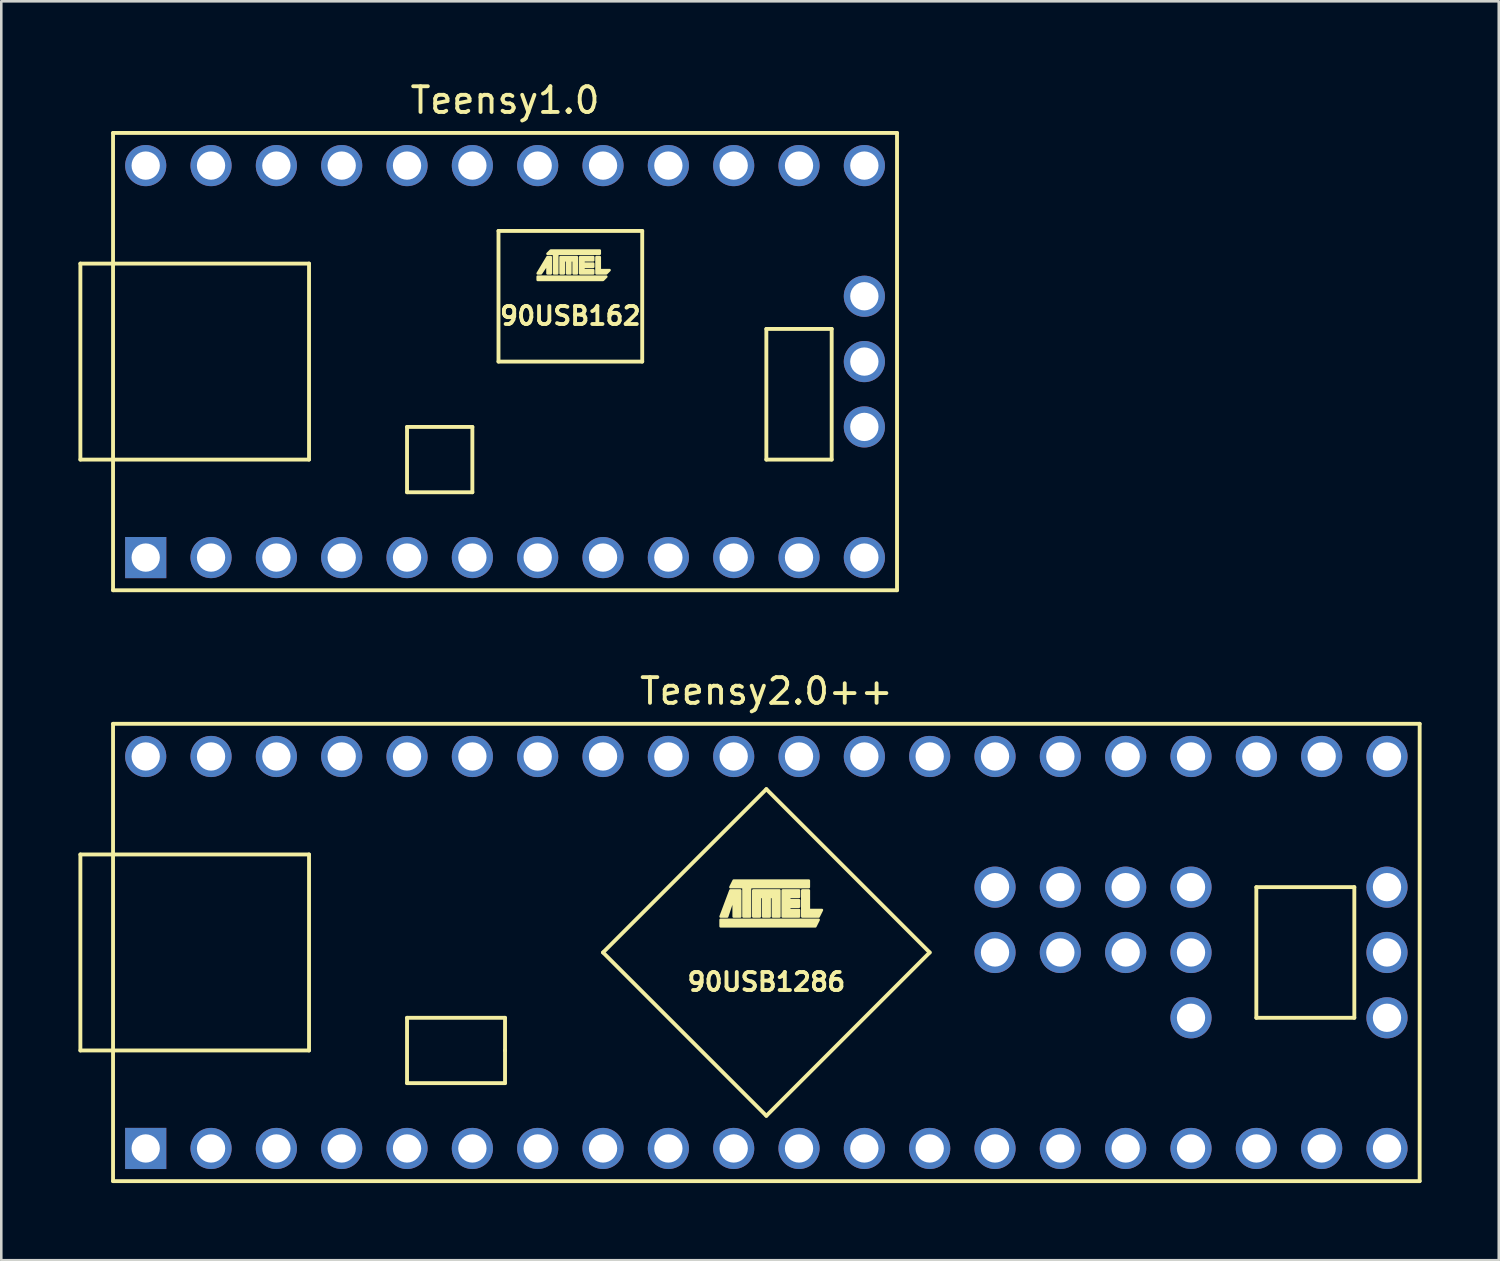
<source format=kicad_pcb>
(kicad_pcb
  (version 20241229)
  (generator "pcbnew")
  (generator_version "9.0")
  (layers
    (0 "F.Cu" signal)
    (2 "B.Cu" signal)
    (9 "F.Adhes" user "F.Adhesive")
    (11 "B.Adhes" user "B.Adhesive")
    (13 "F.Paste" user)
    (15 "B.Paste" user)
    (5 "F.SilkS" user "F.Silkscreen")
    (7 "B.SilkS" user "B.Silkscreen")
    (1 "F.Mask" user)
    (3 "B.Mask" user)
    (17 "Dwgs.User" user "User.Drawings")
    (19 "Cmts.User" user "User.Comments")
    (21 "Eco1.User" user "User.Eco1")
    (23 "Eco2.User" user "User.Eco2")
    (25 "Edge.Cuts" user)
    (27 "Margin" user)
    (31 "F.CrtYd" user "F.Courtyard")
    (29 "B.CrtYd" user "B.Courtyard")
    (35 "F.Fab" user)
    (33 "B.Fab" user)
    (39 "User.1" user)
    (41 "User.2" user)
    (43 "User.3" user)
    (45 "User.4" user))
  (footprint "Teensy2.0++"
    (layer "F.Cu")
    (at 26.745 33.981)
    (property "Reference" "Teensy2.0++" (at 0 -10.16 0) (layer "F.SilkS") (effects (font (size 1 1) (thickness 0.15))))
    (attr through_hole)
    (fp_line (start -26.67 -3.81) (end -26.67 3.81) (stroke (width 0.15) (type solid)) (layer "F.SilkS"))
    (fp_line (start -25.4 -8.89) (end 25.4 -8.89) (stroke (width 0.15) (type solid)) (layer "F.SilkS"))
    (fp_line (start -25.4 8.89) (end -25.4 -8.89) (stroke (width 0.15) (type solid)) (layer "F.SilkS"))
    (fp_line (start -17.78 -3.81) (end -26.67 -3.81) (stroke (width 0.15) (type solid)) (layer "F.SilkS"))
    (fp_line (start -17.78 3.81) (end -26.67 3.81) (stroke (width 0.15) (type solid)) (layer "F.SilkS"))
    (fp_line (start -17.78 3.81) (end -17.78 -3.81) (stroke (width 0.15) (type solid)) (layer "F.SilkS"))
    (fp_line (start -13.97 2.54) (end -13.97 5.08) (stroke (width 0.15) (type solid)) (layer "F.SilkS"))
    (fp_line (start -13.97 5.08) (end -10.16 5.08) (stroke (width 0.15) (type solid)) (layer "F.SilkS"))
    (fp_line (start -10.16 2.54) (end -13.97 2.54) (stroke (width 0.15) (type solid)) (layer "F.SilkS"))
    (fp_line (start -10.16 3.81) (end -10.16 2.54) (stroke (width 0.15) (type solid)) (layer "F.SilkS"))
    (fp_line (start -10.16 5.08) (end -10.16 3.81) (stroke (width 0.15) (type solid)) (layer "F.SilkS"))
    (fp_line (start -6.35 0) (end 0 -6.35) (stroke (width 0.15) (type solid)) (layer "F.SilkS"))
    (fp_line (start 0 -6.35) (end 6.35 0) (stroke (width 0.15) (type solid)) (layer "F.SilkS"))
    (fp_line (start 0 6.35) (end -6.35 0) (stroke (width 0.15) (type solid)) (layer "F.SilkS"))
    (fp_line (start 6.35 0) (end 0 6.35) (stroke (width 0.15) (type solid)) (layer "F.SilkS"))
    (fp_line (start 19.05 -2.54) (end 22.86 -2.54) (stroke (width 0.15) (type solid)) (layer "F.SilkS"))
    (fp_line (start 19.05 2.54) (end 19.05 -2.54) (stroke (width 0.15) (type solid)) (layer "F.SilkS"))
    (fp_line (start 22.86 -2.54) (end 22.86 2.54) (stroke (width 0.15) (type solid)) (layer "F.SilkS"))
    (fp_line (start 22.86 2.54) (end 19.05 2.54) (stroke (width 0.15) (type solid)) (layer "F.SilkS"))
    (fp_line (start 25.4 -8.89) (end 25.4 8.89) (stroke (width 0.15) (type solid)) (layer "F.SilkS"))
    (fp_line (start 25.4 8.89) (end -25.4 8.89) (stroke (width 0.15) (type solid)) (layer "F.SilkS"))
    (fp_poly (pts (xy -1.778 -1.27) (xy 2.032 -1.27) (xy 1.905 -1.016) (xy -1.778 -1.016)) (stroke (width 0.1) (type solid)) (fill yes) (layer "F.SilkS"))
    (fp_poly (pts (xy 1.397 -2.413) (xy 1.397 -1.397) (xy 2.032 -1.397) (xy 2.159 -1.651) (xy 1.651 -1.651) (xy 1.651 -2.413)) (stroke (width 0.1) (type solid)) (fill yes) (layer "F.SilkS"))
    (fp_poly (pts (xy -1.016 -1.397) (xy -1.016 -2.413) (xy -1.397 -2.413) (xy -1.778 -1.397) (xy -1.524 -1.397) (xy -1.27 -2.159) (xy -1.27 -1.397)) (stroke (width 0.1) (type solid)) (fill yes) (layer "F.SilkS"))
    (fp_poly (pts (xy 1.651 -2.54) (xy -0.635 -2.54) (xy -0.635 -1.397) (xy -0.889 -1.397) (xy -0.889 -2.54) (xy -1.397 -2.54) (xy -1.27 -2.794) (xy 1.651 -2.794)) (stroke (width 0.1) (type solid)) (fill yes) (layer "F.SilkS"))
    (fp_poly (pts (xy 0.508 -1.397) (xy 0.508 -2.413) (xy -0.508 -2.413) (xy -0.508 -1.397) (xy -0.254 -1.397) (xy -0.254 -2.159) (xy -0.127 -2.159) (xy -0.127 -1.397) (xy 0.127 -1.397) (xy 0.127 -2.159) (xy 0.254 -2.159) (xy 0.254 -1.397)) (stroke (width 0.1) (type solid)) (fill yes) (layer "F.SilkS"))
    (fp_poly (pts (xy 0.635 -2.413) (xy 1.27 -2.413) (xy 1.27 -2.159) (xy 0.889 -2.159) (xy 0.889 -2.032) (xy 1.27 -2.032) (xy 1.27 -1.778) (xy 0.889 -1.778) (xy 0.889 -1.651) (xy 1.27 -1.651) (xy 1.27 -1.397) (xy 0.635 -1.397)) (stroke (width 0.1) (type solid)) (fill yes) (layer "F.SilkS"))
    (fp_text user "90USB1286" (at 0 1.143 0) (layer "F.SilkS") (effects (font (size 0.7 0.7) (thickness 0.15))))
    (pad "1" thru_hole rect (at -24.13 7.62) (size 1.6 1.6) (drill 1.1) (layers "*.Cu" "*.Mask"))
    (pad "2" thru_hole circle (at -21.59 7.62) (size 1.6 1.6) (drill 1.1) (layers "*.Cu" "*.Mask"))
    (pad "3" thru_hole circle (at -19.05 7.62) (size 1.6 1.6) (drill 1.1) (layers "*.Cu" "*.Mask"))
    (pad "4" thru_hole circle (at -16.51 7.62) (size 1.6 1.6) (drill 1.1) (layers "*.Cu" "*.Mask"))
    (pad "5" thru_hole circle (at -13.97 7.62) (size 1.6 1.6) (drill 1.1) (layers "*.Cu" "*.Mask"))
    (pad "6" thru_hole circle (at -11.43 7.62) (size 1.6 1.6) (drill 1.1) (layers "*.Cu" "*.Mask"))
    (pad "7" thru_hole circle (at -8.89 7.62) (size 1.6 1.6) (drill 1.1) (layers "*.Cu" "*.Mask"))
    (pad "8" thru_hole circle (at -6.35 7.62) (size 1.6 1.6) (drill 1.1) (layers "*.Cu" "*.Mask"))
    (pad "9" thru_hole circle (at -3.81 7.62) (size 1.6 1.6) (drill 1.1) (layers "*.Cu" "*.Mask"))
    (pad "10" thru_hole circle (at -1.27 7.62) (size 1.6 1.6) (drill 1.1) (layers "*.Cu" "*.Mask"))
    (pad "11" thru_hole circle (at 1.27 7.62) (size 1.6 1.6) (drill 1.1) (layers "*.Cu" "*.Mask"))
    (pad "12" thru_hole circle (at 3.81 7.62) (size 1.6 1.6) (drill 1.1) (layers "*.Cu" "*.Mask"))
    (pad "13" thru_hole circle (at 6.35 7.62) (size 1.6 1.6) (drill 1.1) (layers "*.Cu" "*.Mask"))
    (pad "14" thru_hole circle (at 8.89 7.62) (size 1.6 1.6) (drill 1.1) (layers "*.Cu" "*.Mask"))
    (pad "15" thru_hole circle (at 11.43 7.62) (size 1.6 1.6) (drill 1.1) (layers "*.Cu" "*.Mask"))
    (pad "16" thru_hole circle (at 13.97 7.62) (size 1.6 1.6) (drill 1.1) (layers "*.Cu" "*.Mask"))
    (pad "17" thru_hole circle (at 16.51 7.62) (size 1.6 1.6) (drill 1.1) (layers "*.Cu" "*.Mask"))
    (pad "18" thru_hole circle (at 19.05 7.62) (size 1.6 1.6) (drill 1.1) (layers "*.Cu" "*.Mask"))
    (pad "19" thru_hole circle (at 21.59 7.62) (size 1.6 1.6) (drill 1.1) (layers "*.Cu" "*.Mask"))
    (pad "20" thru_hole circle (at 24.13 7.62) (size 1.6 1.6) (drill 1.1) (layers "*.Cu" "*.Mask"))
    (pad "21" thru_hole circle (at 24.13 2.54) (size 1.6 1.6) (drill 1.1) (layers "*.Cu" "*.Mask"))
    (pad "22" thru_hole circle (at 24.13 0) (size 1.6 1.6) (drill 1.1) (layers "*.Cu" "*.Mask"))
    (pad "23" thru_hole circle (at 24.13 -2.54) (size 1.6 1.6) (drill 1.1) (layers "*.Cu" "*.Mask"))
    (pad "24" thru_hole circle (at 24.13 -7.62) (size 1.6 1.6) (drill 1.1) (layers "*.Cu" "*.Mask"))
    (pad "25" thru_hole circle (at 21.59 -7.62) (size 1.6 1.6) (drill 1.1) (layers "*.Cu" "*.Mask"))
    (pad "26" thru_hole circle (at 19.05 -7.62) (size 1.6 1.6) (drill 1.1) (layers "*.Cu" "*.Mask"))
    (pad "27" thru_hole circle (at 16.51 -7.62) (size 1.6 1.6) (drill 1.1) (layers "*.Cu" "*.Mask"))
    (pad "28" thru_hole circle (at 13.97 -7.62) (size 1.6 1.6) (drill 1.1) (layers "*.Cu" "*.Mask"))
    (pad "29" thru_hole circle (at 11.43 -7.62) (size 1.6 1.6) (drill 1.1) (layers "*.Cu" "*.Mask"))
    (pad "30" thru_hole circle (at 8.89 -7.62) (size 1.6 1.6) (drill 1.1) (layers "*.Cu" "*.Mask"))
    (pad "31" thru_hole circle (at 6.35 -7.62) (size 1.6 1.6) (drill 1.1) (layers "*.Cu" "*.Mask"))
    (pad "32" thru_hole circle (at 3.81 -7.62) (size 1.6 1.6) (drill 1.1) (layers "*.Cu" "*.Mask"))
    (pad "33" thru_hole circle (at 1.27 -7.62) (size 1.6 1.6) (drill 1.1) (layers "*.Cu" "*.Mask"))
    (pad "34" thru_hole circle (at -1.27 -7.62) (size 1.6 1.6) (drill 1.1) (layers "*.Cu" "*.Mask"))
    (pad "35" thru_hole circle (at -3.81 -7.62) (size 1.6 1.6) (drill 1.1) (layers "*.Cu" "*.Mask"))
    (pad "36" thru_hole circle (at -6.35 -7.62) (size 1.6 1.6) (drill 1.1) (layers "*.Cu" "*.Mask"))
    (pad "37" thru_hole circle (at -8.89 -7.62) (size 1.6 1.6) (drill 1.1) (layers "*.Cu" "*.Mask"))
    (pad "38" thru_hole circle (at -11.43 -7.62) (size 1.6 1.6) (drill 1.1) (layers "*.Cu" "*.Mask"))
    (pad "39" thru_hole circle (at -13.97 -7.62) (size 1.6 1.6) (drill 1.1) (layers "*.Cu" "*.Mask"))
    (pad "40" thru_hole circle (at -16.51 -7.62) (size 1.6 1.6) (drill 1.1) (layers "*.Cu" "*.Mask"))
    (pad "41" thru_hole circle (at -19.05 -7.62) (size 1.6 1.6) (drill 1.1) (layers "*.Cu" "*.Mask"))
    (pad "42" thru_hole circle (at -21.59 -7.62) (size 1.6 1.6) (drill 1.1) (layers "*.Cu" "*.Mask"))
    (pad "43" thru_hole circle (at -24.13 -7.62) (size 1.6 1.6) (drill 1.1) (layers "*.Cu" "*.Mask"))
    (pad "44" thru_hole circle (at 8.89 -2.54) (size 1.6 1.6) (drill 1.1) (layers "*.Cu" "*.Mask"))
    (pad "45" thru_hole circle (at 11.43 -2.54) (size 1.6 1.6) (drill 1.1) (layers "*.Cu" "*.Mask"))
    (pad "46" thru_hole circle (at 13.97 -2.54) (size 1.6 1.6) (drill 1.1) (layers "*.Cu" "*.Mask"))
    (pad "47" thru_hole circle (at 16.51 -2.54) (size 1.6 1.6) (drill 1.1) (layers "*.Cu" "*.Mask"))
    (pad "48" thru_hole circle (at 8.89 0) (size 1.6 1.6) (drill 1.1) (layers "*.Cu" "*.Mask"))
    (pad "49" thru_hole circle (at 11.43 0) (size 1.6 1.6) (drill 1.1) (layers "*.Cu" "*.Mask"))
    (pad "50" thru_hole circle (at 13.97 0) (size 1.6 1.6) (drill 1.1) (layers "*.Cu" "*.Mask"))
    (pad "51" thru_hole circle (at 16.51 0) (size 1.6 1.6) (drill 1.1) (layers "*.Cu" "*.Mask"))
    (pad "52" thru_hole circle (at 16.51 2.54) (size 1.6 1.6) (drill 1.1) (layers "*.Cu" "*.Mask")))
  (footprint "Teensy1.0"
    (layer "F.Cu")
    (at 16.585 11.008)
    (property "Reference" "Teensy1.0" (at 0 -10.16 0) (layer "F.SilkS") (effects (font (size 1 1) (thickness 0.15))))
    (attr through_hole)
    (fp_line (start -16.51 -3.81) (end -7.62 -3.81) (stroke (width 0.15) (type solid)) (layer "F.SilkS"))
    (fp_line (start -16.51 3.81) (end -16.51 -3.81) (stroke (width 0.15) (type solid)) (layer "F.SilkS"))
    (fp_line (start -15.24 -8.89) (end 15.24 -8.89) (stroke (width 0.15) (type solid)) (layer "F.SilkS"))
    (fp_line (start -15.24 8.89) (end -15.24 -8.89) (stroke (width 0.15) (type solid)) (layer "F.SilkS"))
    (fp_line (start -7.62 -3.81) (end -7.62 3.81) (stroke (width 0.15) (type solid)) (layer "F.SilkS"))
    (fp_line (start -7.62 3.81) (end -16.51 3.81) (stroke (width 0.15) (type solid)) (layer "F.SilkS"))
    (fp_line (start -3.81 2.54) (end -3.81 5.08) (stroke (width 0.15) (type solid)) (layer "F.SilkS"))
    (fp_line (start -3.81 5.08) (end -1.27 5.08) (stroke (width 0.15) (type solid)) (layer "F.SilkS"))
    (fp_line (start -1.27 2.54) (end -3.81 2.54) (stroke (width 0.15) (type solid)) (layer "F.SilkS"))
    (fp_line (start -1.27 5.08) (end -1.27 2.54) (stroke (width 0.15) (type solid)) (layer "F.SilkS"))
    (fp_line (start -0.254 -5.08) (end -0.254 0) (stroke (width 0.15) (type solid)) (layer "F.SilkS"))
    (fp_line (start -0.254 0) (end 5.334 0) (stroke (width 0.15) (type solid)) (layer "F.SilkS"))
    (fp_line (start 5.334 -5.08) (end -0.254 -5.08) (stroke (width 0.15) (type solid)) (layer "F.SilkS"))
    (fp_line (start 5.334 0) (end 5.334 -5.08) (stroke (width 0.15) (type solid)) (layer "F.SilkS"))
    (fp_line (start 10.16 -1.27) (end 10.16 3.81) (stroke (width 0.15) (type solid)) (layer "F.SilkS"))
    (fp_line (start 10.16 3.81) (end 12.7 3.81) (stroke (width 0.15) (type solid)) (layer "F.SilkS"))
    (fp_line (start 12.7 -1.27) (end 10.16 -1.27) (stroke (width 0.15) (type solid)) (layer "F.SilkS"))
    (fp_line (start 12.7 3.81) (end 12.7 -1.27) (stroke (width 0.15) (type solid)) (layer "F.SilkS"))
    (fp_line (start 15.24 -8.89) (end 15.24 8.89) (stroke (width 0.15) (type solid)) (layer "F.SilkS"))
    (fp_line (start 15.24 8.89) (end -15.24 8.89) (stroke (width 0.15) (type solid)) (layer "F.SilkS"))
    (fp_poly (pts (xy 1.27 -3.302) (xy 3.937 -3.302) (xy 3.81 -3.175) (xy 1.27 -3.175)) (stroke (width 0.1) (type solid)) (fill yes) (layer "F.SilkS"))
    (fp_poly (pts (xy 3.556 -4.064) (xy 3.556 -3.429) (xy 3.937 -3.429) (xy 4.064 -3.556) (xy 3.683 -3.556) (xy 3.683 -4.064)) (stroke (width 0.1) (type solid)) (fill yes) (layer "F.SilkS"))
    (fp_poly (pts (xy 1.778 -3.429) (xy 1.778 -4.064) (xy 1.651 -4.064) (xy 1.27 -3.429) (xy 1.397 -3.429) (xy 1.651 -3.81) (xy 1.651 -3.429)) (stroke (width 0.1) (type solid)) (fill yes) (layer "F.SilkS"))
    (fp_poly (pts (xy 3.683 -4.191) (xy 2.032 -4.191) (xy 2.032 -3.429) (xy 1.905 -3.429) (xy 1.905 -4.191) (xy 1.651 -4.191) (xy 1.778 -4.318) (xy 3.683 -4.318)) (stroke (width 0.1) (type solid)) (fill yes) (layer "F.SilkS"))
    (fp_poly (pts (xy 2.794 -3.429) (xy 2.794 -4.064) (xy 2.159 -4.064) (xy 2.159 -3.429) (xy 2.286 -3.429) (xy 2.286 -3.937) (xy 2.413 -3.937) (xy 2.413 -3.429) (xy 2.54 -3.429) (xy 2.54 -3.937) (xy 2.667 -3.937) (xy 2.667 -3.429)) (stroke (width 0.1) (type solid)) (fill yes) (layer "F.SilkS"))
    (fp_poly (pts (xy 2.921 -4.064) (xy 3.429 -4.064) (xy 3.429 -3.937) (xy 3.048 -3.937) (xy 3.048 -3.81) (xy 3.429 -3.81) (xy 3.429 -3.683) (xy 3.048 -3.683) (xy 3.048 -3.556) (xy 3.429 -3.556) (xy 3.429 -3.429) (xy 2.921 -3.429)) (stroke (width 0.1) (type solid)) (fill yes) (layer "F.SilkS"))
    (fp_text user "90USB162" (at 2.54 -1.778 0) (layer "F.SilkS") (effects (font (size 0.7 0.7) (thickness 0.15))))
    (pad "1" thru_hole rect (at -13.97 7.62) (size 1.6 1.6) (drill 1.1) (layers "*.Cu" "*.Mask"))
    (pad "2" thru_hole circle (at -11.43 7.62) (size 1.6 1.6) (drill 1.1) (layers "*.Cu" "*.Mask"))
    (pad "3" thru_hole circle (at -8.89 7.62) (size 1.6 1.6) (drill 1.1) (layers "*.Cu" "*.Mask"))
    (pad "4" thru_hole circle (at -6.35 7.62) (size 1.6 1.6) (drill 1.1) (layers "*.Cu" "*.Mask"))
    (pad "5" thru_hole circle (at -3.81 7.62) (size 1.6 1.6) (drill 1.1) (layers "*.Cu" "*.Mask"))
    (pad "6" thru_hole circle (at -1.27 7.62) (size 1.6 1.6) (drill 1.1) (layers "*.Cu" "*.Mask"))
    (pad "7" thru_hole circle (at 1.27 7.62) (size 1.6 1.6) (drill 1.1) (layers "*.Cu" "*.Mask"))
    (pad "8" thru_hole circle (at 3.81 7.62) (size 1.6 1.6) (drill 1.1) (layers "*.Cu" "*.Mask"))
    (pad "9" thru_hole circle (at 6.35 7.62) (size 1.6 1.6) (drill 1.1) (layers "*.Cu" "*.Mask"))
    (pad "10" thru_hole circle (at 8.89 7.62) (size 1.6 1.6) (drill 1.1) (layers "*.Cu" "*.Mask"))
    (pad "11" thru_hole circle (at 11.43 7.62) (size 1.6 1.6) (drill 1.1) (layers "*.Cu" "*.Mask"))
    (pad "12" thru_hole circle (at 13.97 7.62) (size 1.6 1.6) (drill 1.1) (layers "*.Cu" "*.Mask"))
    (pad "13" thru_hole circle (at 13.97 2.54) (size 1.6 1.6) (drill 1.1) (layers "*.Cu" "*.Mask"))
    (pad "14" thru_hole circle (at 13.97 0) (size 1.6 1.6) (drill 1.1) (layers "*.Cu" "*.Mask"))
    (pad "15" thru_hole circle (at 13.97 -2.54) (size 1.6 1.6) (drill 1.1) (layers "*.Cu" "*.Mask"))
    (pad "16" thru_hole circle (at 13.97 -7.62) (size 1.6 1.6) (drill 1.1) (layers "*.Cu" "*.Mask"))
    (pad "17" thru_hole circle (at 11.43 -7.62) (size 1.6 1.6) (drill 1.1) (layers "*.Cu" "*.Mask"))
    (pad "18" thru_hole circle (at 8.89 -7.62) (size 1.6 1.6) (drill 1.1) (layers "*.Cu" "*.Mask"))
    (pad "19" thru_hole circle (at 6.35 -7.62) (size 1.6 1.6) (drill 1.1) (layers "*.Cu" "*.Mask"))
    (pad "20" thru_hole circle (at 3.81 -7.62) (size 1.6 1.6) (drill 1.1) (layers "*.Cu" "*.Mask"))
    (pad "21" thru_hole circle (at 1.27 -7.62) (size 1.6 1.6) (drill 1.1) (layers "*.Cu" "*.Mask"))
    (pad "22" thru_hole circle (at -1.27 -7.62) (size 1.6 1.6) (drill 1.1) (layers "*.Cu" "*.Mask"))
    (pad "23" thru_hole circle (at -3.81 -7.62) (size 1.6 1.6) (drill 1.1) (layers "*.Cu" "*.Mask"))
    (pad "24" thru_hole circle (at -6.35 -7.62) (size 1.6 1.6) (drill 1.1) (layers "*.Cu" "*.Mask"))
    (pad "25" thru_hole circle (at -8.89 -7.62) (size 1.6 1.6) (drill 1.1) (layers "*.Cu" "*.Mask"))
    (pad "26" thru_hole circle (at -11.43 -7.62) (size 1.6 1.6) (drill 1.1) (layers "*.Cu" "*.Mask"))
    (pad "27" thru_hole circle (at -13.97 -7.62) (size 1.6 1.6) (drill 1.1) (layers "*.Cu" "*.Mask")))
  (gr_rect
    (start -3 -3)
    (end 55.22 45.947)
    (stroke (width 0.1) (type default))
    (fill no)
    (layer "Edge.Cuts")))
</source>
